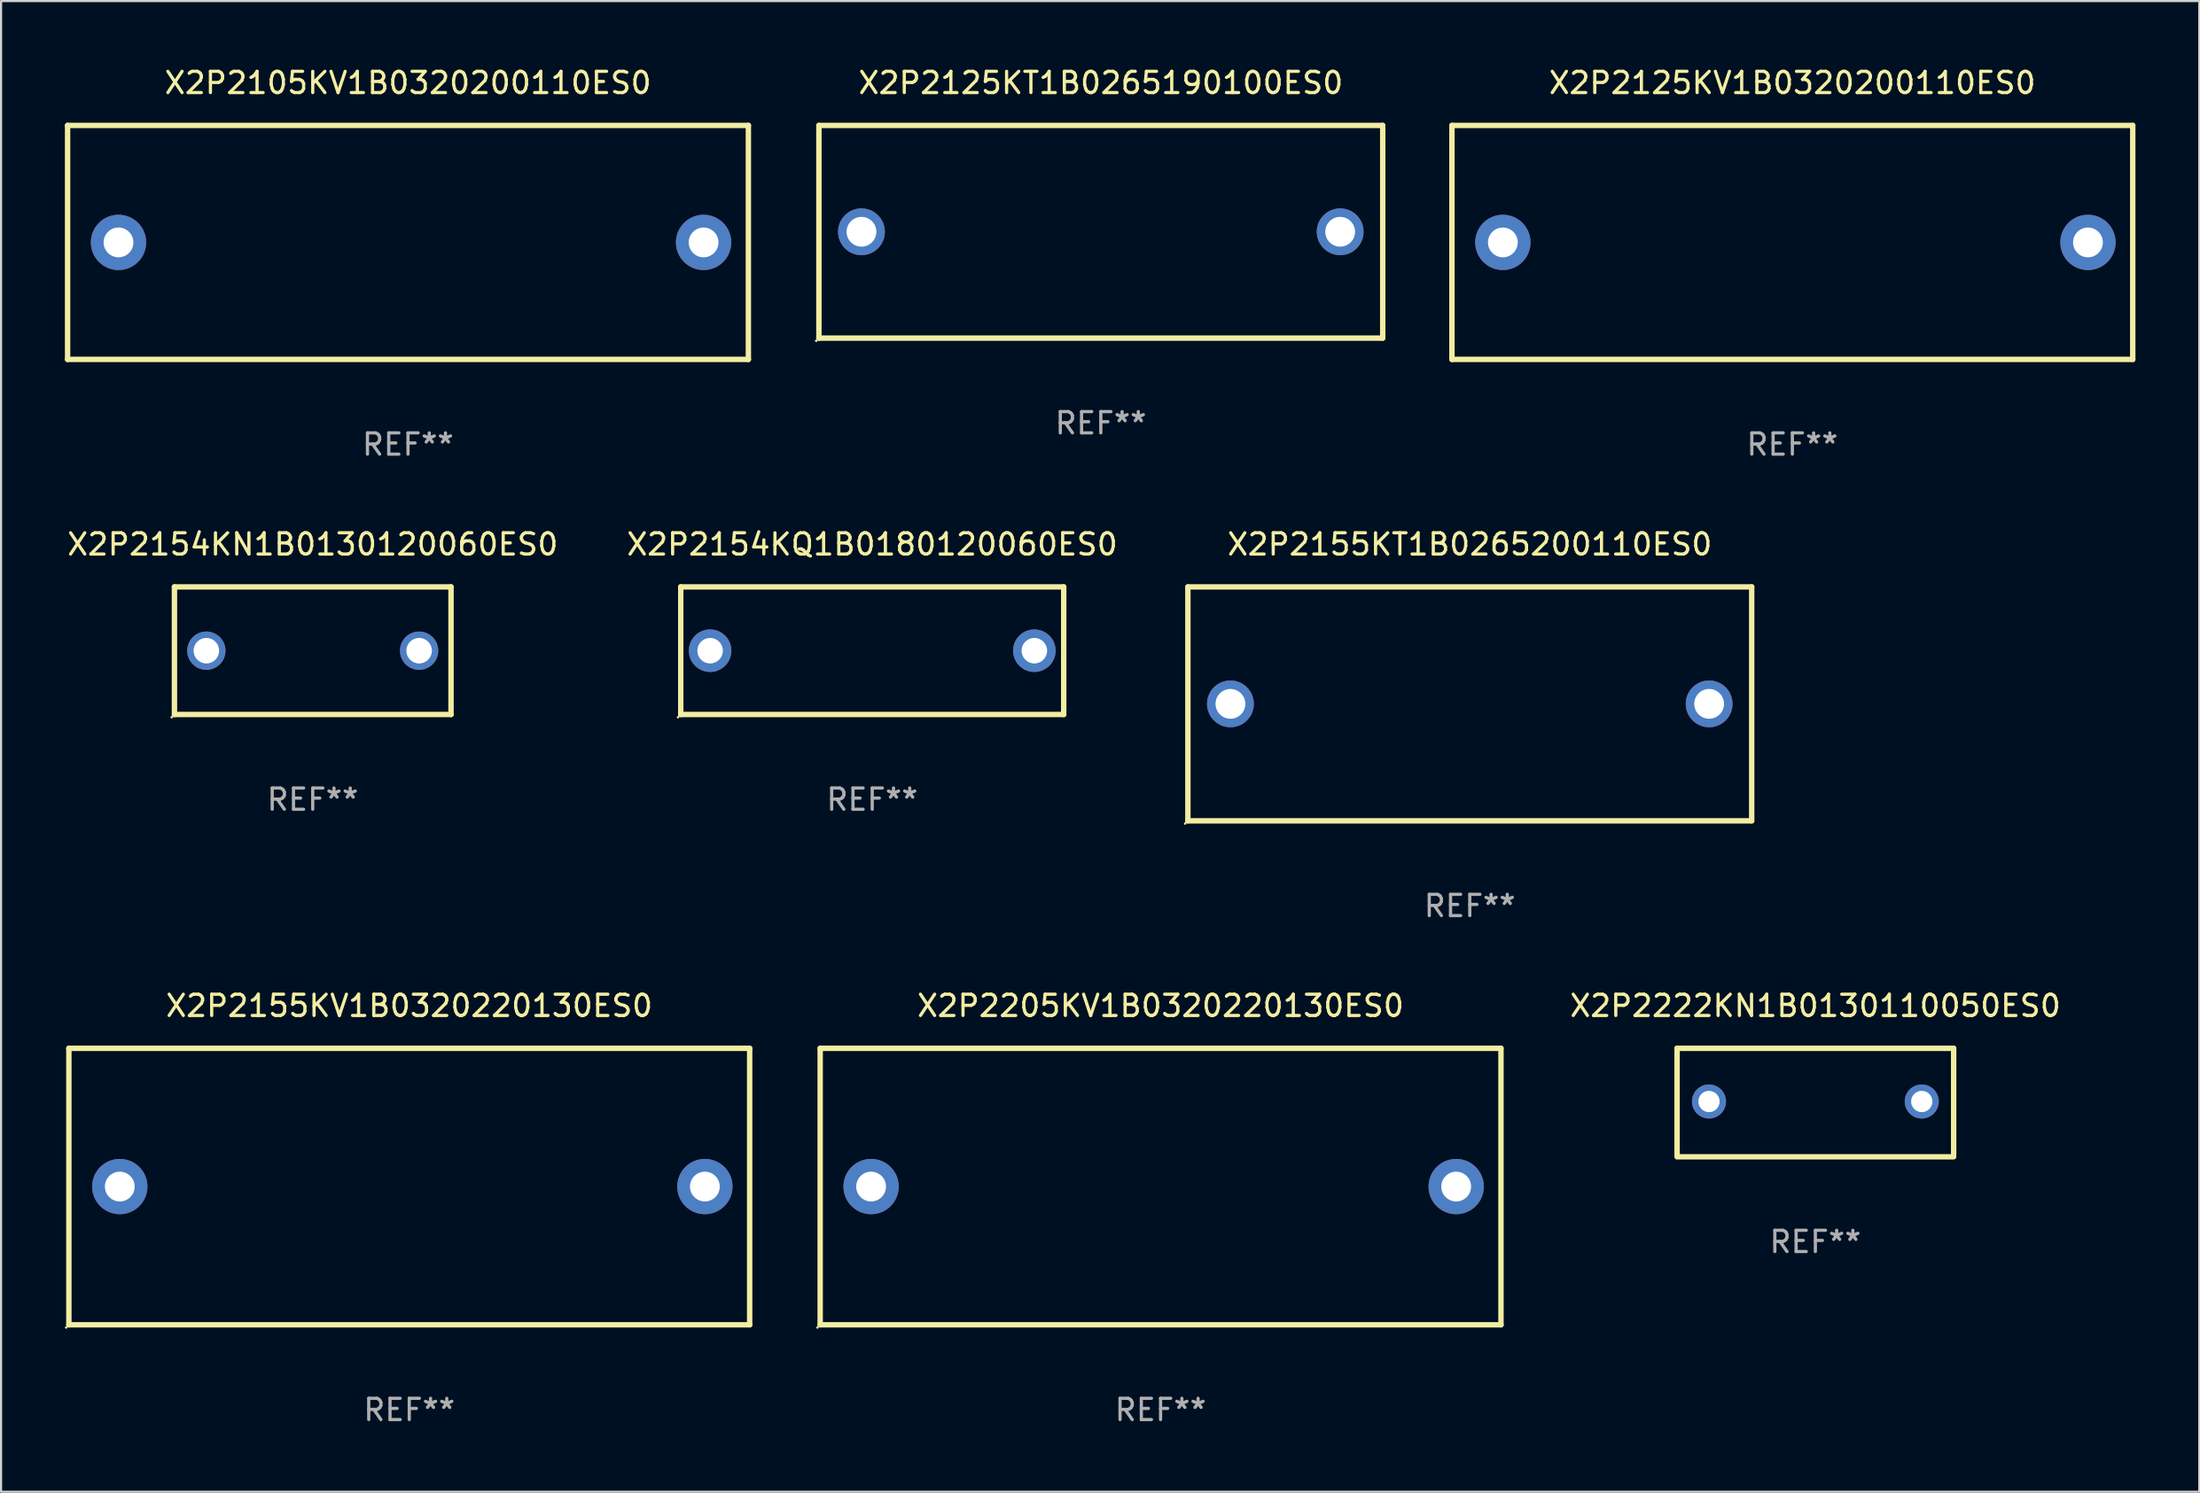
<source format=kicad_pcb>
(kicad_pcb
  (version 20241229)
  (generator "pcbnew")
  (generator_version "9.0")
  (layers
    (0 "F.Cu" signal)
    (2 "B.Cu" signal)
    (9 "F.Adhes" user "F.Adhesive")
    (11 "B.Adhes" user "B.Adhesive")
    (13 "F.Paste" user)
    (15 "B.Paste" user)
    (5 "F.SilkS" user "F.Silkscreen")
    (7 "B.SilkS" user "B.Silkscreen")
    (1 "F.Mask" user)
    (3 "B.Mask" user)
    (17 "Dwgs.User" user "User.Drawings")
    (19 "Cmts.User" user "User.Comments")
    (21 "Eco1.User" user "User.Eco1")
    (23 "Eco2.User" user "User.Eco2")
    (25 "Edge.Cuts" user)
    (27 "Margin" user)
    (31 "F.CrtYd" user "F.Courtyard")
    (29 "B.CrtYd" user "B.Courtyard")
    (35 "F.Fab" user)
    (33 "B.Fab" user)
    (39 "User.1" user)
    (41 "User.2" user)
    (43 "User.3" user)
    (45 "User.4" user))
  (footprint "X2P2205KV1B0320220130ES0"
    (layer "F.Cu")
    (at 51.499 52.741)
    (property "Reference" "X2P2205KV1B0320220130ES0" (at 0 -8.5 0) (layer "F.SilkS") (effects (font (size 1 1) (thickness 0.15))))
    (attr through_hole)
    (fp_line (start -15.999 -6.5) (end -15.999 6.5) (stroke (width 0.254) (type solid)) (layer "F.SilkS"))
    (fp_line (start -15.999 -6.5) (end 15.999 -6.5) (stroke (width 0.254) (type solid)) (layer "F.SilkS"))
    (fp_line (start 15.999 -6.5) (end 15.999 6.5) (stroke (width 0.254) (type solid)) (layer "F.SilkS"))
    (fp_line (start 15.999 6.5) (end -15.999 6.5) (stroke (width 0.254) (type solid)) (layer "F.SilkS"))
    (fp_circle (center -16.126 6.627) (end -16.096 6.627) (stroke (width 0.06) (type solid)) (fill no) (layer "F.SilkS"))
    (fp_text user "REF**" (at 0 10.5 0) (layer "F.Fab") (effects (font (size 1 1) (thickness 0.15))))
    (pad "1" thru_hole circle (at -13.606 0) (size 2.6 2.6) (drill 1.4) (layers "*.Cu" "*.Mask"))
    (pad "2" thru_hole circle (at 13.894 0) (size 2.6 2.6) (drill 1.4) (layers "*.Cu" "*.Mask")))
  (footprint "X2P2125KV1B0320200110ES0"
    (layer "F.Cu")
    (at 81.193 8.348)
    (property "Reference" "X2P2125KV1B0320200110ES0" (at 0 -7.5 0) (layer "F.SilkS") (effects (font (size 1 1) (thickness 0.15))))
    (attr through_hole)
    (fp_line (start -15.999 -5.5) (end -15.999 5.5) (stroke (width 0.254) (type solid)) (layer "F.SilkS"))
    (fp_line (start -15.999 -5.5) (end 15.999 -5.5) (stroke (width 0.254) (type solid)) (layer "F.SilkS"))
    (fp_line (start 15.999 -5.5) (end 15.999 5.5) (stroke (width 0.254) (type solid)) (layer "F.SilkS"))
    (fp_line (start 15.999 5.5) (end -15.999 5.5) (stroke (width 0.254) (type solid)) (layer "F.SilkS"))
    (fp_circle (center -16.008 5.5) (end -15.978 5.5) (stroke (width 0.06) (type solid)) (fill no) (layer "F.SilkS"))
    (fp_text user "REF**" (at 0 9.5 0) (layer "F.Fab") (effects (font (size 1 1) (thickness 0.15))))
    (pad "1" thru_hole circle (at -13.606 0) (size 2.6 2.6) (drill 1.4) (layers "*.Cu" "*.Mask"))
    (pad "2" thru_hole circle (at 13.894 0) (size 2.6 2.6) (drill 1.4) (layers "*.Cu" "*.Mask")))
  (footprint "X2P2155KV1B0320220130ES0"
    (layer "F.Cu")
    (at 16.186 52.741)
    (property "Reference" "X2P2155KV1B0320220130ES0" (at 0 -8.5 0) (layer "F.SilkS") (effects (font (size 1 1) (thickness 0.15))))
    (attr through_hole)
    (fp_line (start -15.999 -6.5) (end -15.999 6.5) (stroke (width 0.254) (type solid)) (layer "F.SilkS"))
    (fp_line (start -15.999 -6.5) (end 15.999 -6.5) (stroke (width 0.254) (type solid)) (layer "F.SilkS"))
    (fp_line (start 15.999 -6.5) (end 15.999 6.5) (stroke (width 0.254) (type solid)) (layer "F.SilkS"))
    (fp_line (start 15.999 6.5) (end -15.999 6.5) (stroke (width 0.254) (type solid)) (layer "F.SilkS"))
    (fp_circle (center -16.126 6.627) (end -16.096 6.627) (stroke (width 0.06) (type solid)) (fill no) (layer "F.SilkS"))
    (fp_text user "REF**" (at 0 10.5 0) (layer "F.Fab") (effects (font (size 1 1) (thickness 0.15))))
    (pad "1" thru_hole circle (at -13.606 0) (size 2.6 2.6) (drill 1.4) (layers "*.Cu" "*.Mask"))
    (pad "2" thru_hole circle (at 13.894 0) (size 2.6 2.6) (drill 1.4) (layers "*.Cu" "*.Mask")))
  (footprint "X2P2155KT1B0265200110ES0"
    (layer "F.Cu")
    (at 66.032 30.045)
    (property "Reference" "X2P2155KT1B0265200110ES0" (at 0 -7.5 0) (layer "F.SilkS") (effects (font (size 1 1) (thickness 0.15))))
    (attr through_hole)
    (fp_line (start -13.25 -5.5) (end 13.25 -5.5) (stroke (width 0.254) (type solid)) (layer "F.SilkS"))
    (fp_line (start -13.25 5.5) (end -13.25 -5.5) (stroke (width 0.254) (type solid)) (layer "F.SilkS"))
    (fp_line (start 13.25 -5.5) (end 13.25 5.5) (stroke (width 0.254) (type solid)) (layer "F.SilkS"))
    (fp_line (start 13.25 5.5) (end -13.25 5.5) (stroke (width 0.254) (type solid)) (layer "F.SilkS"))
    (fp_circle (center -13.377 5.627) (end -13.347 5.627) (stroke (width 0.06) (type solid)) (fill no) (layer "F.SilkS"))
    (fp_text user "REF**" (at 0 9.5 0) (layer "F.Fab") (effects (font (size 1 1) (thickness 0.15))))
    (pad "1" thru_hole circle (at -11.25 0) (size 2.2 2.2) (drill 1.4) (layers "*.Cu" "*.Mask"))
    (pad "2" thru_hole circle (at 11.25 0) (size 2.2 2.2) (drill 1.4) (layers "*.Cu" "*.Mask")))
  (footprint "X2P2222KN1B0130110050ES0"
    (layer "F.Cu")
    (at 82.275 48.791)
    (property "Reference" "X2P2222KN1B0130110050ES0" (at 0 -4.55 0) (layer "F.SilkS") (effects (font (size 1 1) (thickness 0.15))))
    (attr through_hole)
    (fp_line (start -6.5 -2.55) (end 6.5 -2.55) (stroke (width 0.254) (type solid)) (layer "F.SilkS"))
    (fp_line (start -6.5 2.45) (end -6.5 -2.55) (stroke (width 0.254) (type solid)) (layer "F.SilkS"))
    (fp_line (start 6.5 -2.55) (end 6.5 2.45) (stroke (width 0.254) (type solid)) (layer "F.SilkS"))
    (fp_line (start 6.5 2.55) (end -6.5 2.55) (stroke (width 0.254) (type solid)) (layer "F.SilkS"))
    (fp_circle (center -6.5 2.45) (end -6.47 2.45) (stroke (width 0.06) (type solid)) (fill no) (layer "F.SilkS"))
    (fp_text user "REF**" (at 0 6.55 0) (layer "F.Fab") (effects (font (size 1 1) (thickness 0.15))))
    (pad "1" thru_hole circle (at -5 -0.05) (size 1.6 1.6) (drill 1) (layers "*.Cu" "*.Mask"))
    (pad "2" thru_hole circle (at 5 -0.05) (size 1.6 1.6) (drill 1) (layers "*.Cu" "*.Mask")))
  (footprint "X2P2125KT1B0265190100ES0"
    (layer "F.Cu")
    (at 48.69 7.848)
    (property "Reference" "X2P2125KT1B0265190100ES0" (at 0 -7 0) (layer "F.SilkS") (effects (font (size 1 1) (thickness 0.15))))
    (attr through_hole)
    (fp_line (start -13.25 -5) (end 13.25 -5) (stroke (width 0.254) (type solid)) (layer "F.SilkS"))
    (fp_line (start -13.25 5) (end -13.25 -5) (stroke (width 0.254) (type solid)) (layer "F.SilkS"))
    (fp_line (start 13.25 -5) (end 13.25 5) (stroke (width 0.254) (type solid)) (layer "F.SilkS"))
    (fp_line (start 13.25 5) (end -13.25 5) (stroke (width 0.254) (type solid)) (layer "F.SilkS"))
    (fp_circle (center -13.377 5.127) (end -13.347 5.127) (stroke (width 0.06) (type solid)) (fill no) (layer "F.SilkS"))
    (fp_text user "REF**" (at 0 9 0) (layer "F.Fab") (effects (font (size 1 1) (thickness 0.15))))
    (pad "1" thru_hole circle (at -11.25 0) (size 2.2 2.2) (drill 1.4) (layers "*.Cu" "*.Mask"))
    (pad "2" thru_hole circle (at 11.25 0) (size 2.2 2.2) (drill 1.4) (layers "*.Cu" "*.Mask")))
  (footprint "X2P2154KQ1B0180120060ES0"
    (layer "F.Cu")
    (at 37.946 27.545)
    (property "Reference" "X2P2154KQ1B0180120060ES0" (at 0 -5 0) (layer "F.SilkS") (effects (font (size 1 1) (thickness 0.15))))
    (attr through_hole)
    (fp_line (start -9 -3) (end 9 -3) (stroke (width 0.254) (type solid)) (layer "F.SilkS"))
    (fp_line (start -9 3) (end -9 -3) (stroke (width 0.254) (type solid)) (layer "F.SilkS"))
    (fp_line (start 9 -3) (end 9 3) (stroke (width 0.254) (type solid)) (layer "F.SilkS"))
    (fp_line (start 9 3) (end -9 3) (stroke (width 0.254) (type solid)) (layer "F.SilkS"))
    (fp_circle (center -9.127 3.127) (end -9.097 3.127) (stroke (width 0.06) (type solid)) (fill no) (layer "F.SilkS"))
    (fp_text user "REF**" (at 0 7 0) (layer "F.Fab") (effects (font (size 1 1) (thickness 0.15))))
    (pad "1" thru_hole circle (at -7.62 0) (size 2 2) (drill 1.2) (layers "*.Cu" "*.Mask"))
    (pad "2" thru_hole circle (at 7.62 0) (size 2 2) (drill 1.2) (layers "*.Cu" "*.Mask")))
  (footprint "X2P2105KV1B0320200110ES0"
    (layer "F.Cu")
    (at 16.126 8.348)
    (property "Reference" "X2P2105KV1B0320200110ES0" (at 0 -7.5 0) (layer "F.SilkS") (effects (font (size 1 1) (thickness 0.15))))
    (attr through_hole)
    (fp_line (start -15.999 -5.5) (end -15.999 5.5) (stroke (width 0.254) (type solid)) (layer "F.SilkS"))
    (fp_line (start -15.999 -5.5) (end 15.999 -5.5) (stroke (width 0.254) (type solid)) (layer "F.SilkS"))
    (fp_line (start 15.999 -5.5) (end 15.999 5.5) (stroke (width 0.254) (type solid)) (layer "F.SilkS"))
    (fp_line (start 15.999 5.5) (end -15.999 5.5) (stroke (width 0.254) (type solid)) (layer "F.SilkS"))
    (fp_circle (center -16.008 5.5) (end -15.978 5.5) (stroke (width 0.06) (type solid)) (fill no) (layer "F.SilkS"))
    (fp_text user "REF**" (at 0 9.5 0) (layer "F.Fab") (effects (font (size 1 1) (thickness 0.15))))
    (pad "1" thru_hole circle (at -13.606 0) (size 2.6 2.6) (drill 1.4) (layers "*.Cu" "*.Mask"))
    (pad "2" thru_hole circle (at 13.894 0) (size 2.6 2.6) (drill 1.4) (layers "*.Cu" "*.Mask")))
  (footprint "X2P2154KN1B0130120060ES0"
    (layer "F.Cu")
    (at 11.649 27.545)
    (property "Reference" "X2P2154KN1B0130120060ES0" (at 0 -5 0) (layer "F.SilkS") (effects (font (size 1 1) (thickness 0.15))))
    (attr through_hole)
    (fp_line (start -6.5 -3) (end 6.5 -3) (stroke (width 0.254) (type solid)) (layer "F.SilkS"))
    (fp_line (start -6.5 3) (end -6.5 -3) (stroke (width 0.254) (type solid)) (layer "F.SilkS"))
    (fp_line (start -6.5 3) (end 6.5 3) (stroke (width 0.254) (type solid)) (layer "F.SilkS"))
    (fp_line (start 6.5 -3) (end 6.5 3) (stroke (width 0.254) (type solid)) (layer "F.SilkS"))
    (fp_circle (center -6.627 3.127) (end -6.597 3.127) (stroke (width 0.06) (type solid)) (fill no) (layer "F.SilkS"))
    (fp_text user "REF**" (at 0 7 0) (layer "F.Fab") (effects (font (size 1 1) (thickness 0.15))))
    (pad "1" thru_hole circle (at -5 0) (size 1.8 1.8) (drill 1.2) (layers "*.Cu" "*.Mask"))
    (pad "2" thru_hole circle (at 5 0) (size 1.8 1.8) (drill 1.2) (layers "*.Cu" "*.Mask")))
  (gr_rect
    (start -3 -3)
    (end 100.32 67.09)
    (stroke (width 0.1) (type default))
    (fill no)
    (layer "Edge.Cuts")))
</source>
